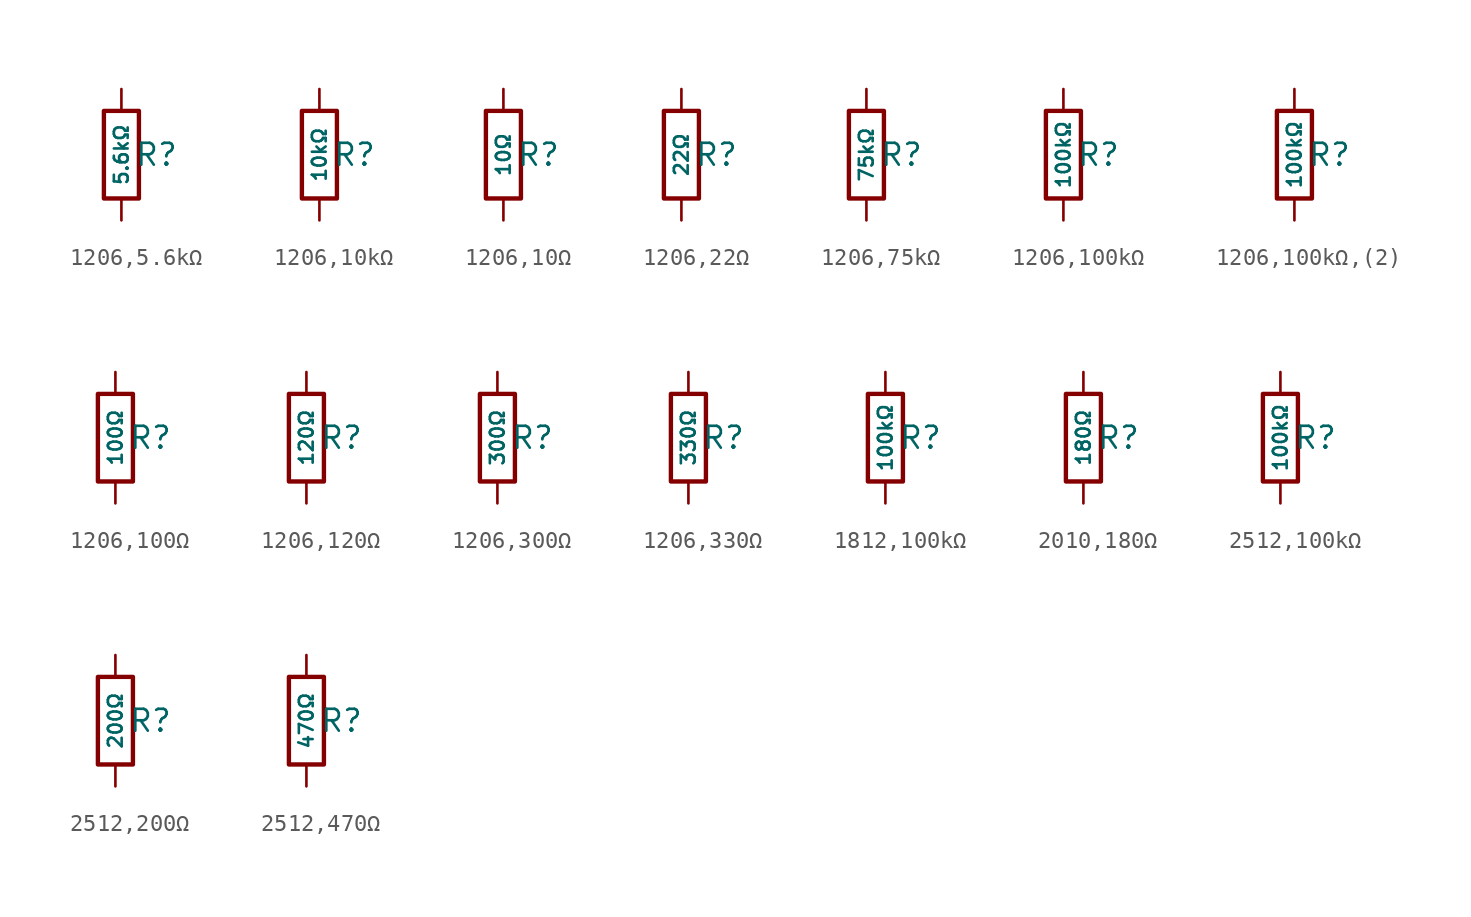
<source format=kicad_sym>
(kicad_symbol_lib
  (version 20231120)
  (generator "CDFER")
  (generator_version "8.0")
  (symbol "1206,5.6kΩ"
    (pin_numbers hide)
    (pin_names
      (offset 0))
    (property "Reference" "R"
      (at 2.032 0 0)
      (effects (font (size 1.27 1.27)) (hide no)))
    (property "Value" "5.6kΩ"
      (at 0 0 90)
      (do_not_autoplace)
      (effects (font (size 0.8 0.8)) (hide no)))
    (symbol "1206,5.6kΩ_0_1"
      (rectangle (start -1.016 2.54) (end 1.016 -2.54) (stroke (width 0.254) (type default)) (fill (type none))))
    (symbol "1206,5.6kΩ_1_1"
      (pin passive line (at 0 3.81 270) (length 1.27) (name "~" (effects (font (size 1.27 1.27)))) (number "1" (effects (font (size 1.27 1.27)))))
      (pin passive line (at 0 -3.81 90) (length 1.27) (name "~" (effects (font (size 1.27 1.27)))) (number "2" (effects (font (size 1.27 1.27)))))))
  (symbol "1206,10kΩ"
    (pin_numbers hide)
    (pin_names
      (offset 0))
    (property "Reference" "R"
      (at 2.032 0 0)
      (effects (font (size 1.27 1.27)) (hide no)))
    (property "Value" "10kΩ"
      (at 0 0 90)
      (do_not_autoplace)
      (effects (font (size 0.8 0.8)) (hide no)))
    (symbol "1206,10kΩ_0_1"
      (rectangle (start -1.016 2.54) (end 1.016 -2.54) (stroke (width 0.254) (type default)) (fill (type none))))
    (symbol "1206,10kΩ_1_1"
      (pin passive line (at 0 3.81 270) (length 1.27) (name "~" (effects (font (size 1.27 1.27)))) (number "1" (effects (font (size 1.27 1.27)))))
      (pin passive line (at 0 -3.81 90) (length 1.27) (name "~" (effects (font (size 1.27 1.27)))) (number "2" (effects (font (size 1.27 1.27)))))))
  (symbol "1206,10Ω"
    (pin_numbers hide)
    (pin_names
      (offset 0))
    (property "Reference" "R"
      (at 2.032 0 0)
      (effects (font (size 1.27 1.27)) (hide no)))
    (property "Value" "10Ω"
      (at 0 0 90)
      (do_not_autoplace)
      (effects (font (size 0.8 0.8)) (hide no)))
    (symbol "1206,10Ω_0_1"
      (rectangle (start -1.016 2.54) (end 1.016 -2.54) (stroke (width 0.254) (type default)) (fill (type none))))
    (symbol "1206,10Ω_1_1"
      (pin passive line (at 0 3.81 270) (length 1.27) (name "~" (effects (font (size 1.27 1.27)))) (number "1" (effects (font (size 1.27 1.27)))))
      (pin passive line (at 0 -3.81 90) (length 1.27) (name "~" (effects (font (size 1.27 1.27)))) (number "2" (effects (font (size 1.27 1.27)))))))
  (symbol "1206,22Ω"
    (pin_numbers hide)
    (pin_names
      (offset 0))
    (property "Reference" "R"
      (at 2.032 0 0)
      (effects (font (size 1.27 1.27)) (hide no)))
    (property "Value" "22Ω"
      (at 0 0 90)
      (do_not_autoplace)
      (effects (font (size 0.8 0.8)) (hide no)))
    (symbol "1206,22Ω_0_1"
      (rectangle (start -1.016 2.54) (end 1.016 -2.54) (stroke (width 0.254) (type default)) (fill (type none))))
    (symbol "1206,22Ω_1_1"
      (pin passive line (at 0 3.81 270) (length 1.27) (name "~" (effects (font (size 1.27 1.27)))) (number "1" (effects (font (size 1.27 1.27)))))
      (pin passive line (at 0 -3.81 90) (length 1.27) (name "~" (effects (font (size 1.27 1.27)))) (number "2" (effects (font (size 1.27 1.27)))))))
  (symbol "1206,75kΩ"
    (pin_numbers hide)
    (pin_names
      (offset 0))
    (property "Reference" "R"
      (at 2.032 0 0)
      (effects (font (size 1.27 1.27)) (hide no)))
    (property "Value" "75kΩ"
      (at 0 0 90)
      (do_not_autoplace)
      (effects (font (size 0.8 0.8)) (hide no)))
    (symbol "1206,75kΩ_0_1"
      (rectangle (start -1.016 2.54) (end 1.016 -2.54) (stroke (width 0.254) (type default)) (fill (type none))))
    (symbol "1206,75kΩ_1_1"
      (pin passive line (at 0 3.81 270) (length 1.27) (name "~" (effects (font (size 1.27 1.27)))) (number "1" (effects (font (size 1.27 1.27)))))
      (pin passive line (at 0 -3.81 90) (length 1.27) (name "~" (effects (font (size 1.27 1.27)))) (number "2" (effects (font (size 1.27 1.27)))))))
  (symbol "1206,100kΩ"
    (pin_numbers hide)
    (pin_names
      (offset 0))
    (property "Reference" "R"
      (at 2.032 0 0)
      (effects (font (size 1.27 1.27)) (hide no)))
    (property "Value" "100kΩ"
      (at 0 0 90)
      (do_not_autoplace)
      (effects (font (size 0.8 0.8)) (hide no)))
    (symbol "1206,100kΩ_0_1"
      (rectangle (start -1.016 2.54) (end 1.016 -2.54) (stroke (width 0.254) (type default)) (fill (type none))))
    (symbol "1206,100kΩ_1_1"
      (pin passive line (at 0 3.81 270) (length 1.27) (name "~" (effects (font (size 1.27 1.27)))) (number "1" (effects (font (size 1.27 1.27)))))
      (pin passive line (at 0 -3.81 90) (length 1.27) (name "~" (effects (font (size 1.27 1.27)))) (number "2" (effects (font (size 1.27 1.27)))))))
  (symbol "1206,100kΩ,(2)"
    (pin_numbers hide)
    (pin_names
      (offset 0))
    (property "Reference" "R"
      (at 2.032 0 0)
      (effects (font (size 1.27 1.27)) (hide no)))
    (property "Value" "100kΩ"
      (at 0 0 90)
      (do_not_autoplace)
      (effects (font (size 0.8 0.8)) (hide no)))
    (symbol "1206,100kΩ,(2)_0_1"
      (rectangle (start -1.016 2.54) (end 1.016 -2.54) (stroke (width 0.254) (type default)) (fill (type none))))
    (symbol "1206,100kΩ,(2)_1_1"
      (pin passive line (at 0 3.81 270) (length 1.27) (name "~" (effects (font (size 1.27 1.27)))) (number "1" (effects (font (size 1.27 1.27)))))
      (pin passive line (at 0 -3.81 90) (length 1.27) (name "~" (effects (font (size 1.27 1.27)))) (number "2" (effects (font (size 1.27 1.27)))))))
  (symbol "1206,100Ω"
    (pin_numbers hide)
    (pin_names
      (offset 0))
    (property "Reference" "R"
      (at 2.032 0 0)
      (effects (font (size 1.27 1.27)) (hide no)))
    (property "Value" "100Ω"
      (at 0 0 90)
      (do_not_autoplace)
      (effects (font (size 0.8 0.8)) (hide no)))
    (symbol "1206,100Ω_0_1"
      (rectangle (start -1.016 2.54) (end 1.016 -2.54) (stroke (width 0.254) (type default)) (fill (type none))))
    (symbol "1206,100Ω_1_1"
      (pin passive line (at 0 3.81 270) (length 1.27) (name "~" (effects (font (size 1.27 1.27)))) (number "1" (effects (font (size 1.27 1.27)))))
      (pin passive line (at 0 -3.81 90) (length 1.27) (name "~" (effects (font (size 1.27 1.27)))) (number "2" (effects (font (size 1.27 1.27)))))))
  (symbol "1206,120Ω"
    (pin_numbers hide)
    (pin_names
      (offset 0))
    (property "Reference" "R"
      (at 2.032 0 0)
      (effects (font (size 1.27 1.27)) (hide no)))
    (property "Value" "120Ω"
      (at 0 0 90)
      (do_not_autoplace)
      (effects (font (size 0.8 0.8)) (hide no)))
    (symbol "1206,120Ω_0_1"
      (rectangle (start -1.016 2.54) (end 1.016 -2.54) (stroke (width 0.254) (type default)) (fill (type none))))
    (symbol "1206,120Ω_1_1"
      (pin passive line (at 0 3.81 270) (length 1.27) (name "~" (effects (font (size 1.27 1.27)))) (number "1" (effects (font (size 1.27 1.27)))))
      (pin passive line (at 0 -3.81 90) (length 1.27) (name "~" (effects (font (size 1.27 1.27)))) (number "2" (effects (font (size 1.27 1.27)))))))
  (symbol "1206,300Ω"
    (pin_numbers hide)
    (pin_names
      (offset 0))
    (property "Reference" "R"
      (at 2.032 0 0)
      (effects (font (size 1.27 1.27)) (hide no)))
    (property "Value" "300Ω"
      (at 0 0 90)
      (do_not_autoplace)
      (effects (font (size 0.8 0.8)) (hide no)))
    (symbol "1206,300Ω_0_1"
      (rectangle (start -1.016 2.54) (end 1.016 -2.54) (stroke (width 0.254) (type default)) (fill (type none))))
    (symbol "1206,300Ω_1_1"
      (pin passive line (at 0 3.81 270) (length 1.27) (name "~" (effects (font (size 1.27 1.27)))) (number "1" (effects (font (size 1.27 1.27)))))
      (pin passive line (at 0 -3.81 90) (length 1.27) (name "~" (effects (font (size 1.27 1.27)))) (number "2" (effects (font (size 1.27 1.27)))))))
  (symbol "1206,330Ω"
    (pin_numbers hide)
    (pin_names
      (offset 0))
    (property "Reference" "R"
      (at 2.032 0 0)
      (effects (font (size 1.27 1.27)) (hide no)))
    (property "Value" "330Ω"
      (at 0 0 90)
      (do_not_autoplace)
      (effects (font (size 0.8 0.8)) (hide no)))
    (symbol "1206,330Ω_0_1"
      (rectangle (start -1.016 2.54) (end 1.016 -2.54) (stroke (width 0.254) (type default)) (fill (type none))))
    (symbol "1206,330Ω_1_1"
      (pin passive line (at 0 3.81 270) (length 1.27) (name "~" (effects (font (size 1.27 1.27)))) (number "1" (effects (font (size 1.27 1.27)))))
      (pin passive line (at 0 -3.81 90) (length 1.27) (name "~" (effects (font (size 1.27 1.27)))) (number "2" (effects (font (size 1.27 1.27)))))))
  (symbol "1812,100kΩ"
    (pin_numbers hide)
    (pin_names
      (offset 0))
    (property "Reference" "R"
      (at 2.032 0 0)
      (effects (font (size 1.27 1.27)) (hide no)))
    (property "Value" "100kΩ"
      (at 0 0 90)
      (do_not_autoplace)
      (effects (font (size 0.8 0.8)) (hide no)))
    (symbol "1812,100kΩ_0_1"
      (rectangle (start -1.016 2.54) (end 1.016 -2.54) (stroke (width 0.254) (type default)) (fill (type none))))
    (symbol "1812,100kΩ_1_1"
      (pin passive line (at 0 3.81 270) (length 1.27) (name "~" (effects (font (size 1.27 1.27)))) (number "1" (effects (font (size 1.27 1.27)))))
      (pin passive line (at 0 -3.81 90) (length 1.27) (name "~" (effects (font (size 1.27 1.27)))) (number "2" (effects (font (size 1.27 1.27)))))))
  (symbol "2010,180Ω"
    (pin_numbers hide)
    (pin_names
      (offset 0))
    (property "Reference" "R"
      (at 2.032 0 0)
      (effects (font (size 1.27 1.27)) (hide no)))
    (property "Value" "180Ω"
      (at 0 0 90)
      (do_not_autoplace)
      (effects (font (size 0.8 0.8)) (hide no)))
    (symbol "2010,180Ω_0_1"
      (rectangle (start -1.016 2.54) (end 1.016 -2.54) (stroke (width 0.254) (type default)) (fill (type none))))
    (symbol "2010,180Ω_1_1"
      (pin passive line (at 0 3.81 270) (length 1.27) (name "~" (effects (font (size 1.27 1.27)))) (number "1" (effects (font (size 1.27 1.27)))))
      (pin passive line (at 0 -3.81 90) (length 1.27) (name "~" (effects (font (size 1.27 1.27)))) (number "2" (effects (font (size 1.27 1.27)))))))
  (symbol "2512,100kΩ"
    (pin_numbers hide)
    (pin_names
      (offset 0))
    (property "Reference" "R"
      (at 2.032 0 0)
      (effects (font (size 1.27 1.27)) (hide no)))
    (property "Value" "100kΩ"
      (at 0 0 90)
      (do_not_autoplace)
      (effects (font (size 0.8 0.8)) (hide no)))
    (symbol "2512,100kΩ_0_1"
      (rectangle (start -1.016 2.54) (end 1.016 -2.54) (stroke (width 0.254) (type default)) (fill (type none))))
    (symbol "2512,100kΩ_1_1"
      (pin passive line (at 0 3.81 270) (length 1.27) (name "~" (effects (font (size 1.27 1.27)))) (number "1" (effects (font (size 1.27 1.27)))))
      (pin passive line (at 0 -3.81 90) (length 1.27) (name "~" (effects (font (size 1.27 1.27)))) (number "2" (effects (font (size 1.27 1.27)))))))
  (symbol "2512,200Ω"
    (pin_numbers hide)
    (pin_names
      (offset 0))
    (property "Reference" "R"
      (at 2.032 0 0)
      (effects (font (size 1.27 1.27)) (hide no)))
    (property "Value" "200Ω"
      (at 0 0 90)
      (do_not_autoplace)
      (effects (font (size 0.8 0.8)) (hide no)))
    (symbol "2512,200Ω_0_1"
      (rectangle (start -1.016 2.54) (end 1.016 -2.54) (stroke (width 0.254) (type default)) (fill (type none))))
    (symbol "2512,200Ω_1_1"
      (pin passive line (at 0 3.81 270) (length 1.27) (name "~" (effects (font (size 1.27 1.27)))) (number "1" (effects (font (size 1.27 1.27)))))
      (pin passive line (at 0 -3.81 90) (length 1.27) (name "~" (effects (font (size 1.27 1.27)))) (number "2" (effects (font (size 1.27 1.27)))))))
  (symbol "2512,470Ω"
    (pin_numbers hide)
    (pin_names
      (offset 0))
    (property "Reference" "R"
      (at 2.032 0 0)
      (effects (font (size 1.27 1.27)) (hide no)))
    (property "Value" "470Ω"
      (at 0 0 90)
      (do_not_autoplace)
      (effects (font (size 0.8 0.8)) (hide no)))
    (symbol "2512,470Ω_0_1"
      (rectangle (start -1.016 2.54) (end 1.016 -2.54) (stroke (width 0.254) (type default)) (fill (type none))))
    (symbol "2512,470Ω_1_1"
      (pin passive line (at 0 3.81 270) (length 1.27) (name "~" (effects (font (size 1.27 1.27)))) (number "1" (effects (font (size 1.27 1.27)))))
      (pin passive line (at 0 -3.81 90) (length 1.27) (name "~" (effects (font (size 1.27 1.27)))) (number "2" (effects (font (size 1.27 1.27))))))))
</source>
